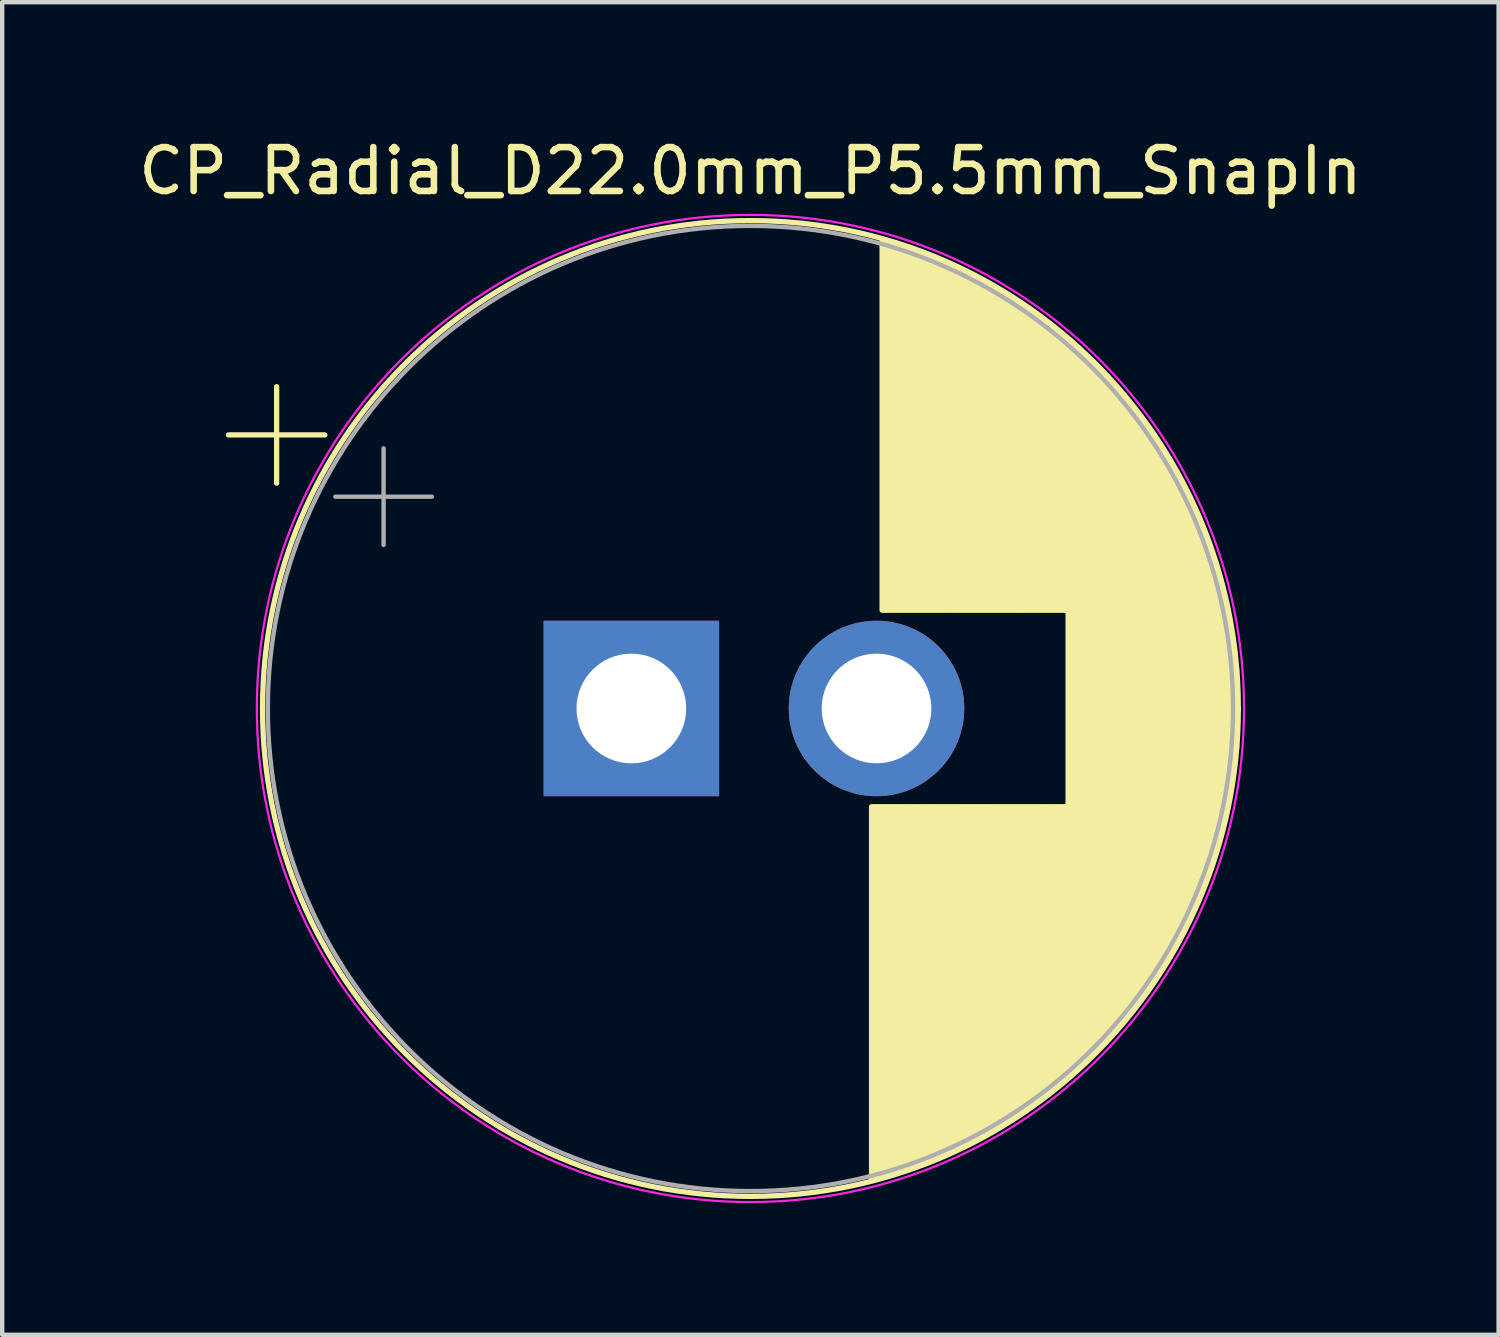
<source format=kicad_pcb>
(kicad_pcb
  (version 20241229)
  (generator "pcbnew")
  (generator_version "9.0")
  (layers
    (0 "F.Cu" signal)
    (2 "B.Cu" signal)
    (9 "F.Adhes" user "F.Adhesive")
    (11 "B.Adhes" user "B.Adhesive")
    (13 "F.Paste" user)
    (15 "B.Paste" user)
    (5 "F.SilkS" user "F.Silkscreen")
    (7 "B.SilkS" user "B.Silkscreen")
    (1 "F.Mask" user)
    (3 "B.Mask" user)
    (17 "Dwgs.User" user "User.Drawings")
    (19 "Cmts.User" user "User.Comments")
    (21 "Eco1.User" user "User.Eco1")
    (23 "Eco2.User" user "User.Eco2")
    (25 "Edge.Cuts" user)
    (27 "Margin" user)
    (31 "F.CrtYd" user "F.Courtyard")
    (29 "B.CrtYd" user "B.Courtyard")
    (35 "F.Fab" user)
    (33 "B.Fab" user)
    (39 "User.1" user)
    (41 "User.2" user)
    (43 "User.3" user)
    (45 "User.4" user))
  (footprint "CP_Radial_D22.0mm_P5.5mm_SnapIn"
    (layer "F.Cu")
    (at 11.467 13.098)
    (property "Reference" "CP_Radial_D22.0mm_P5.5mm_SnapIn" (at 2.587 -12.25 0) (layer "F.SilkS") (effects (font (size 1 1) (thickness 0.15))))
    (attr through_hole)
    (fp_line (start -9.312 -6.235) (end -7.112 -6.235) (stroke (width 0.12) (type solid)) (layer "F.SilkS"))
    (fp_line (start -8.212 -7.335) (end -8.212 -5.135) (stroke (width 0.12) (type solid)) (layer "F.SilkS"))
    (fp_line (start 5.348 2.24) (end 5.348 10.733) (stroke (width 0.12) (type solid)) (layer "F.SilkS"))
    (fp_line (start 5.388 2.24) (end 5.388 10.722) (stroke (width 0.12) (type solid)) (layer "F.SilkS"))
    (fp_line (start 5.428 2.24) (end 5.428 10.712) (stroke (width 0.12) (type solid)) (layer "F.SilkS"))
    (fp_line (start 5.468 2.24) (end 5.468 10.701) (stroke (width 0.12) (type solid)) (layer "F.SilkS"))
    (fp_line (start 5.508 2.24) (end 5.508 10.69) (stroke (width 0.12) (type solid)) (layer "F.SilkS"))
    (fp_line (start 5.548 2.24) (end 5.548 10.679) (stroke (width 0.12) (type solid)) (layer "F.SilkS"))
    (fp_line (start 5.588 -10.668) (end 5.588 -2.24) (stroke (width 0.12) (type solid)) (layer "F.SilkS"))
    (fp_line (start 5.588 2.24) (end 5.588 10.668) (stroke (width 0.12) (type solid)) (layer "F.SilkS"))
    (fp_line (start 5.628 -10.657) (end 5.628 -2.24) (stroke (width 0.12) (type solid)) (layer "F.SilkS"))
    (fp_line (start 5.628 2.24) (end 5.628 10.657) (stroke (width 0.12) (type solid)) (layer "F.SilkS"))
    (fp_line (start 5.668 -10.645) (end 5.668 -2.24) (stroke (width 0.12) (type solid)) (layer "F.SilkS"))
    (fp_line (start 5.668 2.24) (end 5.668 10.645) (stroke (width 0.12) (type solid)) (layer "F.SilkS"))
    (fp_line (start 5.708 -10.634) (end 5.708 -2.24) (stroke (width 0.12) (type solid)) (layer "F.SilkS"))
    (fp_line (start 5.708 2.24) (end 5.708 10.634) (stroke (width 0.12) (type solid)) (layer "F.SilkS"))
    (fp_line (start 5.748 -10.622) (end 5.748 -2.24) (stroke (width 0.12) (type solid)) (layer "F.SilkS"))
    (fp_line (start 5.748 2.24) (end 5.748 10.622) (stroke (width 0.12) (type solid)) (layer "F.SilkS"))
    (fp_line (start 5.788 -10.61) (end 5.788 -2.24) (stroke (width 0.12) (type solid)) (layer "F.SilkS"))
    (fp_line (start 5.788 2.24) (end 5.788 10.61) (stroke (width 0.12) (type solid)) (layer "F.SilkS"))
    (fp_line (start 5.828 -10.598) (end 5.828 -2.24) (stroke (width 0.12) (type solid)) (layer "F.SilkS"))
    (fp_line (start 5.828 2.24) (end 5.828 10.598) (stroke (width 0.12) (type solid)) (layer "F.SilkS"))
    (fp_line (start 5.868 -10.586) (end 5.868 -2.24) (stroke (width 0.12) (type solid)) (layer "F.SilkS"))
    (fp_line (start 5.868 2.24) (end 5.868 10.586) (stroke (width 0.12) (type solid)) (layer "F.SilkS"))
    (fp_line (start 5.908 -10.573) (end 5.908 -2.24) (stroke (width 0.12) (type solid)) (layer "F.SilkS"))
    (fp_line (start 5.908 2.24) (end 5.908 10.573) (stroke (width 0.12) (type solid)) (layer "F.SilkS"))
    (fp_line (start 5.948 -10.561) (end 5.948 -2.24) (stroke (width 0.12) (type solid)) (layer "F.SilkS"))
    (fp_line (start 5.948 2.24) (end 5.948 10.561) (stroke (width 0.12) (type solid)) (layer "F.SilkS"))
    (fp_line (start 5.988 -10.548) (end 5.988 -2.24) (stroke (width 0.12) (type solid)) (layer "F.SilkS"))
    (fp_line (start 5.988 2.24) (end 5.988 10.548) (stroke (width 0.12) (type solid)) (layer "F.SilkS"))
    (fp_line (start 6.028 -10.535) (end 6.028 -2.24) (stroke (width 0.12) (type solid)) (layer "F.SilkS"))
    (fp_line (start 6.028 2.24) (end 6.028 10.535) (stroke (width 0.12) (type solid)) (layer "F.SilkS"))
    (fp_line (start 6.068 -10.522) (end 6.068 -2.24) (stroke (width 0.12) (type solid)) (layer "F.SilkS"))
    (fp_line (start 6.068 2.24) (end 6.068 10.522) (stroke (width 0.12) (type solid)) (layer "F.SilkS"))
    (fp_line (start 6.108 -10.509) (end 6.108 -2.24) (stroke (width 0.12) (type solid)) (layer "F.SilkS"))
    (fp_line (start 6.108 2.24) (end 6.108 10.509) (stroke (width 0.12) (type solid)) (layer "F.SilkS"))
    (fp_line (start 6.148 -10.495) (end 6.148 -2.24) (stroke (width 0.12) (type solid)) (layer "F.SilkS"))
    (fp_line (start 6.148 2.24) (end 6.148 10.495) (stroke (width 0.12) (type solid)) (layer "F.SilkS"))
    (fp_line (start 6.188 -10.482) (end 6.188 -2.24) (stroke (width 0.12) (type solid)) (layer "F.SilkS"))
    (fp_line (start 6.188 2.24) (end 6.188 10.482) (stroke (width 0.12) (type solid)) (layer "F.SilkS"))
    (fp_line (start 6.228 -10.468) (end 6.228 -2.24) (stroke (width 0.12) (type solid)) (layer "F.SilkS"))
    (fp_line (start 6.228 2.24) (end 6.228 10.468) (stroke (width 0.12) (type solid)) (layer "F.SilkS"))
    (fp_line (start 6.268 -10.454) (end 6.268 -2.24) (stroke (width 0.12) (type solid)) (layer "F.SilkS"))
    (fp_line (start 6.268 2.24) (end 6.268 10.454) (stroke (width 0.12) (type solid)) (layer "F.SilkS"))
    (fp_line (start 6.308 -10.44) (end 6.308 -2.24) (stroke (width 0.12) (type solid)) (layer "F.SilkS"))
    (fp_line (start 6.308 2.24) (end 6.308 10.44) (stroke (width 0.12) (type solid)) (layer "F.SilkS"))
    (fp_line (start 6.348 -10.426) (end 6.348 -2.24) (stroke (width 0.12) (type solid)) (layer "F.SilkS"))
    (fp_line (start 6.348 2.24) (end 6.348 10.426) (stroke (width 0.12) (type solid)) (layer "F.SilkS"))
    (fp_line (start 6.388 -10.411) (end 6.388 -2.24) (stroke (width 0.12) (type solid)) (layer "F.SilkS"))
    (fp_line (start 6.388 2.24) (end 6.388 10.411) (stroke (width 0.12) (type solid)) (layer "F.SilkS"))
    (fp_line (start 6.428 -10.396) (end 6.428 -2.24) (stroke (width 0.12) (type solid)) (layer "F.SilkS"))
    (fp_line (start 6.428 2.24) (end 6.428 10.396) (stroke (width 0.12) (type solid)) (layer "F.SilkS"))
    (fp_line (start 6.468 -10.382) (end 6.468 -2.24) (stroke (width 0.12) (type solid)) (layer "F.SilkS"))
    (fp_line (start 6.468 2.24) (end 6.468 10.382) (stroke (width 0.12) (type solid)) (layer "F.SilkS"))
    (fp_line (start 6.508 -10.367) (end 6.508 -2.24) (stroke (width 0.12) (type solid)) (layer "F.SilkS"))
    (fp_line (start 6.508 2.24) (end 6.508 10.367) (stroke (width 0.12) (type solid)) (layer "F.SilkS"))
    (fp_line (start 6.548 -10.351) (end 6.548 -2.24) (stroke (width 0.12) (type solid)) (layer "F.SilkS"))
    (fp_line (start 6.548 2.24) (end 6.548 10.351) (stroke (width 0.12) (type solid)) (layer "F.SilkS"))
    (fp_line (start 6.588 -10.336) (end 6.588 -2.24) (stroke (width 0.12) (type solid)) (layer "F.SilkS"))
    (fp_line (start 6.588 2.24) (end 6.588 10.336) (stroke (width 0.12) (type solid)) (layer "F.SilkS"))
    (fp_line (start 6.628 -10.321) (end 6.628 -2.24) (stroke (width 0.12) (type solid)) (layer "F.SilkS"))
    (fp_line (start 6.628 2.24) (end 6.628 10.321) (stroke (width 0.12) (type solid)) (layer "F.SilkS"))
    (fp_line (start 6.668 -10.305) (end 6.668 -2.24) (stroke (width 0.12) (type solid)) (layer "F.SilkS"))
    (fp_line (start 6.668 2.24) (end 6.668 10.305) (stroke (width 0.12) (type solid)) (layer "F.SilkS"))
    (fp_line (start 6.708 -10.289) (end 6.708 -2.24) (stroke (width 0.12) (type solid)) (layer "F.SilkS"))
    (fp_line (start 6.708 2.24) (end 6.708 10.289) (stroke (width 0.12) (type solid)) (layer "F.SilkS"))
    (fp_line (start 6.748 -10.273) (end 6.748 -2.24) (stroke (width 0.12) (type solid)) (layer "F.SilkS"))
    (fp_line (start 6.748 2.24) (end 6.748 10.273) (stroke (width 0.12) (type solid)) (layer "F.SilkS"))
    (fp_line (start 6.788 -10.257) (end 6.788 -2.24) (stroke (width 0.12) (type solid)) (layer "F.SilkS"))
    (fp_line (start 6.788 2.24) (end 6.788 10.257) (stroke (width 0.12) (type solid)) (layer "F.SilkS"))
    (fp_line (start 6.828 -10.24) (end 6.828 -2.24) (stroke (width 0.12) (type solid)) (layer "F.SilkS"))
    (fp_line (start 6.828 2.24) (end 6.828 10.24) (stroke (width 0.12) (type solid)) (layer "F.SilkS"))
    (fp_line (start 6.868 -10.224) (end 6.868 -2.24) (stroke (width 0.12) (type solid)) (layer "F.SilkS"))
    (fp_line (start 6.868 2.24) (end 6.868 10.224) (stroke (width 0.12) (type solid)) (layer "F.SilkS"))
    (fp_line (start 6.908 -10.207) (end 6.908 -2.24) (stroke (width 0.12) (type solid)) (layer "F.SilkS"))
    (fp_line (start 6.908 2.24) (end 6.908 10.207) (stroke (width 0.12) (type solid)) (layer "F.SilkS"))
    (fp_line (start 6.948 -10.19) (end 6.948 -2.24) (stroke (width 0.12) (type solid)) (layer "F.SilkS"))
    (fp_line (start 6.948 2.24) (end 6.948 10.19) (stroke (width 0.12) (type solid)) (layer "F.SilkS"))
    (fp_line (start 6.988 -10.173) (end 6.988 -2.24) (stroke (width 0.12) (type solid)) (layer "F.SilkS"))
    (fp_line (start 6.988 2.24) (end 6.988 10.173) (stroke (width 0.12) (type solid)) (layer "F.SilkS"))
    (fp_line (start 7.028 -10.156) (end 7.028 -2.24) (stroke (width 0.12) (type solid)) (layer "F.SilkS"))
    (fp_line (start 7.028 2.24) (end 7.028 10.156) (stroke (width 0.12) (type solid)) (layer "F.SilkS"))
    (fp_line (start 7.068 -10.138) (end 7.068 -2.24) (stroke (width 0.12) (type solid)) (layer "F.SilkS"))
    (fp_line (start 7.068 2.24) (end 7.068 10.138) (stroke (width 0.12) (type solid)) (layer "F.SilkS"))
    (fp_line (start 7.108 -10.12) (end 7.108 -2.24) (stroke (width 0.12) (type solid)) (layer "F.SilkS"))
    (fp_line (start 7.108 2.24) (end 7.108 10.12) (stroke (width 0.12) (type solid)) (layer "F.SilkS"))
    (fp_line (start 7.148 -10.103) (end 7.148 -2.24) (stroke (width 0.12) (type solid)) (layer "F.SilkS"))
    (fp_line (start 7.148 2.24) (end 7.148 10.103) (stroke (width 0.12) (type solid)) (layer "F.SilkS"))
    (fp_line (start 7.188 -10.084) (end 7.188 -2.24) (stroke (width 0.12) (type solid)) (layer "F.SilkS"))
    (fp_line (start 7.188 2.24) (end 7.188 10.084) (stroke (width 0.12) (type solid)) (layer "F.SilkS"))
    (fp_line (start 7.228 -10.066) (end 7.228 -2.24) (stroke (width 0.12) (type solid)) (layer "F.SilkS"))
    (fp_line (start 7.228 2.24) (end 7.228 10.066) (stroke (width 0.12) (type solid)) (layer "F.SilkS"))
    (fp_line (start 7.268 -10.048) (end 7.268 -2.24) (stroke (width 0.12) (type solid)) (layer "F.SilkS"))
    (fp_line (start 7.268 2.24) (end 7.268 10.048) (stroke (width 0.12) (type solid)) (layer "F.SilkS"))
    (fp_line (start 7.308 -10.029) (end 7.308 -2.24) (stroke (width 0.12) (type solid)) (layer "F.SilkS"))
    (fp_line (start 7.308 2.24) (end 7.308 10.029) (stroke (width 0.12) (type solid)) (layer "F.SilkS"))
    (fp_line (start 7.348 -10.01) (end 7.348 -2.24) (stroke (width 0.12) (type solid)) (layer "F.SilkS"))
    (fp_line (start 7.348 2.24) (end 7.348 10.01) (stroke (width 0.12) (type solid)) (layer "F.SilkS"))
    (fp_line (start 7.388 -9.991) (end 7.388 -2.24) (stroke (width 0.12) (type solid)) (layer "F.SilkS"))
    (fp_line (start 7.388 2.24) (end 7.388 9.991) (stroke (width 0.12) (type solid)) (layer "F.SilkS"))
    (fp_line (start 7.428 -9.972) (end 7.428 -2.24) (stroke (width 0.12) (type solid)) (layer "F.SilkS"))
    (fp_line (start 7.428 2.24) (end 7.428 9.972) (stroke (width 0.12) (type solid)) (layer "F.SilkS"))
    (fp_line (start 7.468 -9.952) (end 7.468 -2.24) (stroke (width 0.12) (type solid)) (layer "F.SilkS"))
    (fp_line (start 7.468 2.24) (end 7.468 9.952) (stroke (width 0.12) (type solid)) (layer "F.SilkS"))
    (fp_line (start 7.508 -9.933) (end 7.508 -2.24) (stroke (width 0.12) (type solid)) (layer "F.SilkS"))
    (fp_line (start 7.508 2.24) (end 7.508 9.933) (stroke (width 0.12) (type solid)) (layer "F.SilkS"))
    (fp_line (start 7.548 -9.913) (end 7.548 -2.24) (stroke (width 0.12) (type solid)) (layer "F.SilkS"))
    (fp_line (start 7.548 2.24) (end 7.548 9.913) (stroke (width 0.12) (type solid)) (layer "F.SilkS"))
    (fp_line (start 7.588 -9.893) (end 7.588 -2.24) (stroke (width 0.12) (type solid)) (layer "F.SilkS"))
    (fp_line (start 7.588 2.24) (end 7.588 9.893) (stroke (width 0.12) (type solid)) (layer "F.SilkS"))
    (fp_line (start 7.628 -9.873) (end 7.628 -2.24) (stroke (width 0.12) (type solid)) (layer "F.SilkS"))
    (fp_line (start 7.628 2.24) (end 7.628 9.873) (stroke (width 0.12) (type solid)) (layer "F.SilkS"))
    (fp_line (start 7.668 -9.852) (end 7.668 -2.24) (stroke (width 0.12) (type solid)) (layer "F.SilkS"))
    (fp_line (start 7.668 2.24) (end 7.668 9.852) (stroke (width 0.12) (type solid)) (layer "F.SilkS"))
    (fp_line (start 7.708 -9.832) (end 7.708 -2.24) (stroke (width 0.12) (type solid)) (layer "F.SilkS"))
    (fp_line (start 7.708 2.24) (end 7.708 9.832) (stroke (width 0.12) (type solid)) (layer "F.SilkS"))
    (fp_line (start 7.748 -9.811) (end 7.748 -2.24) (stroke (width 0.12) (type solid)) (layer "F.SilkS"))
    (fp_line (start 7.748 2.24) (end 7.748 9.811) (stroke (width 0.12) (type solid)) (layer "F.SilkS"))
    (fp_line (start 7.788 -9.79) (end 7.788 -2.24) (stroke (width 0.12) (type solid)) (layer "F.SilkS"))
    (fp_line (start 7.788 2.24) (end 7.788 9.79) (stroke (width 0.12) (type solid)) (layer "F.SilkS"))
    (fp_line (start 7.828 -9.768) (end 7.828 -2.24) (stroke (width 0.12) (type solid)) (layer "F.SilkS"))
    (fp_line (start 7.828 2.24) (end 7.828 9.768) (stroke (width 0.12) (type solid)) (layer "F.SilkS"))
    (fp_line (start 7.868 -9.747) (end 7.868 -2.24) (stroke (width 0.12) (type solid)) (layer "F.SilkS"))
    (fp_line (start 7.868 2.24) (end 7.868 9.747) (stroke (width 0.12) (type solid)) (layer "F.SilkS"))
    (fp_line (start 7.908 -9.725) (end 7.908 -2.24) (stroke (width 0.12) (type solid)) (layer "F.SilkS"))
    (fp_line (start 7.908 2.24) (end 7.908 9.725) (stroke (width 0.12) (type solid)) (layer "F.SilkS"))
    (fp_line (start 7.948 -9.703) (end 7.948 -2.24) (stroke (width 0.12) (type solid)) (layer "F.SilkS"))
    (fp_line (start 7.948 2.24) (end 7.948 9.703) (stroke (width 0.12) (type solid)) (layer "F.SilkS"))
    (fp_line (start 7.988 -9.681) (end 7.988 -2.24) (stroke (width 0.12) (type solid)) (layer "F.SilkS"))
    (fp_line (start 7.988 2.24) (end 7.988 9.681) (stroke (width 0.12) (type solid)) (layer "F.SilkS"))
    (fp_line (start 8.028 -9.659) (end 8.028 -2.24) (stroke (width 0.12) (type solid)) (layer "F.SilkS"))
    (fp_line (start 8.028 2.24) (end 8.028 9.659) (stroke (width 0.12) (type solid)) (layer "F.SilkS"))
    (fp_line (start 8.068 -9.636) (end 8.068 -2.24) (stroke (width 0.12) (type solid)) (layer "F.SilkS"))
    (fp_line (start 8.068 2.24) (end 8.068 9.636) (stroke (width 0.12) (type solid)) (layer "F.SilkS"))
    (fp_line (start 8.108 -9.614) (end 8.108 -2.24) (stroke (width 0.12) (type solid)) (layer "F.SilkS"))
    (fp_line (start 8.108 2.24) (end 8.108 9.614) (stroke (width 0.12) (type solid)) (layer "F.SilkS"))
    (fp_line (start 8.148 -9.591) (end 8.148 -2.24) (stroke (width 0.12) (type solid)) (layer "F.SilkS"))
    (fp_line (start 8.148 2.24) (end 8.148 9.591) (stroke (width 0.12) (type solid)) (layer "F.SilkS"))
    (fp_line (start 8.188 -9.567) (end 8.188 -2.24) (stroke (width 0.12) (type solid)) (layer "F.SilkS"))
    (fp_line (start 8.188 2.24) (end 8.188 9.567) (stroke (width 0.12) (type solid)) (layer "F.SilkS"))
    (fp_line (start 8.228 -9.544) (end 8.228 -2.24) (stroke (width 0.12) (type solid)) (layer "F.SilkS"))
    (fp_line (start 8.228 2.24) (end 8.228 9.544) (stroke (width 0.12) (type solid)) (layer "F.SilkS"))
    (fp_line (start 8.268 -9.52) (end 8.268 -2.24) (stroke (width 0.12) (type solid)) (layer "F.SilkS"))
    (fp_line (start 8.268 2.24) (end 8.268 9.52) (stroke (width 0.12) (type solid)) (layer "F.SilkS"))
    (fp_line (start 8.308 -9.497) (end 8.308 -2.24) (stroke (width 0.12) (type solid)) (layer "F.SilkS"))
    (fp_line (start 8.308 2.24) (end 8.308 9.497) (stroke (width 0.12) (type solid)) (layer "F.SilkS"))
    (fp_line (start 8.348 -9.472) (end 8.348 -2.24) (stroke (width 0.12) (type solid)) (layer "F.SilkS"))
    (fp_line (start 8.348 2.24) (end 8.348 9.472) (stroke (width 0.12) (type solid)) (layer "F.SilkS"))
    (fp_line (start 8.388 -9.448) (end 8.388 -2.24) (stroke (width 0.12) (type solid)) (layer "F.SilkS"))
    (fp_line (start 8.388 2.24) (end 8.388 9.448) (stroke (width 0.12) (type solid)) (layer "F.SilkS"))
    (fp_line (start 8.428 -9.424) (end 8.428 -2.24) (stroke (width 0.12) (type solid)) (layer "F.SilkS"))
    (fp_line (start 8.428 2.24) (end 8.428 9.424) (stroke (width 0.12) (type solid)) (layer "F.SilkS"))
    (fp_line (start 8.468 -9.399) (end 8.468 -2.24) (stroke (width 0.12) (type solid)) (layer "F.SilkS"))
    (fp_line (start 8.468 2.24) (end 8.468 9.399) (stroke (width 0.12) (type solid)) (layer "F.SilkS"))
    (fp_line (start 8.508 -9.374) (end 8.508 -2.24) (stroke (width 0.12) (type solid)) (layer "F.SilkS"))
    (fp_line (start 8.508 2.24) (end 8.508 9.374) (stroke (width 0.12) (type solid)) (layer "F.SilkS"))
    (fp_line (start 8.548 -9.348) (end 8.548 -2.24) (stroke (width 0.12) (type solid)) (layer "F.SilkS"))
    (fp_line (start 8.548 2.24) (end 8.548 9.348) (stroke (width 0.12) (type solid)) (layer "F.SilkS"))
    (fp_line (start 8.588 -9.323) (end 8.588 -2.24) (stroke (width 0.12) (type solid)) (layer "F.SilkS"))
    (fp_line (start 8.588 2.24) (end 8.588 9.323) (stroke (width 0.12) (type solid)) (layer "F.SilkS"))
    (fp_line (start 8.628 -9.297) (end 8.628 -2.24) (stroke (width 0.12) (type solid)) (layer "F.SilkS"))
    (fp_line (start 8.628 2.24) (end 8.628 9.297) (stroke (width 0.12) (type solid)) (layer "F.SilkS"))
    (fp_line (start 8.668 -9.271) (end 8.668 -2.24) (stroke (width 0.12) (type solid)) (layer "F.SilkS"))
    (fp_line (start 8.668 2.24) (end 8.668 9.271) (stroke (width 0.12) (type solid)) (layer "F.SilkS"))
    (fp_line (start 8.708 -9.245) (end 8.708 -2.24) (stroke (width 0.12) (type solid)) (layer "F.SilkS"))
    (fp_line (start 8.708 2.24) (end 8.708 9.245) (stroke (width 0.12) (type solid)) (layer "F.SilkS"))
    (fp_line (start 8.748 -9.218) (end 8.748 -2.24) (stroke (width 0.12) (type solid)) (layer "F.SilkS"))
    (fp_line (start 8.748 2.24) (end 8.748 9.218) (stroke (width 0.12) (type solid)) (layer "F.SilkS"))
    (fp_line (start 8.788 -9.192) (end 8.788 -2.24) (stroke (width 0.12) (type solid)) (layer "F.SilkS"))
    (fp_line (start 8.788 2.24) (end 8.788 9.192) (stroke (width 0.12) (type solid)) (layer "F.SilkS"))
    (fp_line (start 8.828 -9.165) (end 8.828 -2.24) (stroke (width 0.12) (type solid)) (layer "F.SilkS"))
    (fp_line (start 8.828 2.24) (end 8.828 9.165) (stroke (width 0.12) (type solid)) (layer "F.SilkS"))
    (fp_line (start 8.868 -9.137) (end 8.868 -2.24) (stroke (width 0.12) (type solid)) (layer "F.SilkS"))
    (fp_line (start 8.868 2.24) (end 8.868 9.137) (stroke (width 0.12) (type solid)) (layer "F.SilkS"))
    (fp_line (start 8.908 -9.11) (end 8.908 -2.24) (stroke (width 0.12) (type solid)) (layer "F.SilkS"))
    (fp_line (start 8.908 2.24) (end 8.908 9.11) (stroke (width 0.12) (type solid)) (layer "F.SilkS"))
    (fp_line (start 8.948 -9.082) (end 8.948 -2.24) (stroke (width 0.12) (type solid)) (layer "F.SilkS"))
    (fp_line (start 8.948 2.24) (end 8.948 9.082) (stroke (width 0.12) (type solid)) (layer "F.SilkS"))
    (fp_line (start 8.988 -9.054) (end 8.988 -2.24) (stroke (width 0.12) (type solid)) (layer "F.SilkS"))
    (fp_line (start 8.988 2.24) (end 8.988 9.054) (stroke (width 0.12) (type solid)) (layer "F.SilkS"))
    (fp_line (start 9.028 -9.026) (end 9.028 -2.24) (stroke (width 0.12) (type solid)) (layer "F.SilkS"))
    (fp_line (start 9.028 2.24) (end 9.028 9.026) (stroke (width 0.12) (type solid)) (layer "F.SilkS"))
    (fp_line (start 9.068 -8.997) (end 9.068 -2.24) (stroke (width 0.12) (type solid)) (layer "F.SilkS"))
    (fp_line (start 9.068 2.24) (end 9.068 8.997) (stroke (width 0.12) (type solid)) (layer "F.SilkS"))
    (fp_line (start 9.108 -8.968) (end 9.108 -2.24) (stroke (width 0.12) (type solid)) (layer "F.SilkS"))
    (fp_line (start 9.108 2.24) (end 9.108 8.968) (stroke (width 0.12) (type solid)) (layer "F.SilkS"))
    (fp_line (start 9.148 -8.939) (end 9.148 -2.24) (stroke (width 0.12) (type solid)) (layer "F.SilkS"))
    (fp_line (start 9.148 2.24) (end 9.148 8.939) (stroke (width 0.12) (type solid)) (layer "F.SilkS"))
    (fp_line (start 9.188 -8.91) (end 9.188 -2.24) (stroke (width 0.12) (type solid)) (layer "F.SilkS"))
    (fp_line (start 9.188 2.24) (end 9.188 8.91) (stroke (width 0.12) (type solid)) (layer "F.SilkS"))
    (fp_line (start 9.228 -8.88) (end 9.228 -2.24) (stroke (width 0.12) (type solid)) (layer "F.SilkS"))
    (fp_line (start 9.228 2.24) (end 9.228 8.88) (stroke (width 0.12) (type solid)) (layer "F.SilkS"))
    (fp_line (start 9.268 -8.85) (end 9.268 -2.24) (stroke (width 0.12) (type solid)) (layer "F.SilkS"))
    (fp_line (start 9.268 2.24) (end 9.268 8.85) (stroke (width 0.12) (type solid)) (layer "F.SilkS"))
    (fp_line (start 9.308 -8.82) (end 9.308 -2.24) (stroke (width 0.12) (type solid)) (layer "F.SilkS"))
    (fp_line (start 9.308 2.24) (end 9.308 8.82) (stroke (width 0.12) (type solid)) (layer "F.SilkS"))
    (fp_line (start 9.348 -8.79) (end 9.348 -2.24) (stroke (width 0.12) (type solid)) (layer "F.SilkS"))
    (fp_line (start 9.348 2.24) (end 9.348 8.79) (stroke (width 0.12) (type solid)) (layer "F.SilkS"))
    (fp_line (start 9.388 -8.759) (end 9.388 -2.24) (stroke (width 0.12) (type solid)) (layer "F.SilkS"))
    (fp_line (start 9.388 2.24) (end 9.388 8.759) (stroke (width 0.12) (type solid)) (layer "F.SilkS"))
    (fp_line (start 9.428 -8.728) (end 9.428 -2.24) (stroke (width 0.12) (type solid)) (layer "F.SilkS"))
    (fp_line (start 9.428 2.24) (end 9.428 8.728) (stroke (width 0.12) (type solid)) (layer "F.SilkS"))
    (fp_line (start 9.468 -8.697) (end 9.468 -2.24) (stroke (width 0.12) (type solid)) (layer "F.SilkS"))
    (fp_line (start 9.468 2.24) (end 9.468 8.697) (stroke (width 0.12) (type solid)) (layer "F.SilkS"))
    (fp_line (start 9.508 -8.665) (end 9.508 -2.24) (stroke (width 0.12) (type solid)) (layer "F.SilkS"))
    (fp_line (start 9.508 2.24) (end 9.508 8.665) (stroke (width 0.12) (type solid)) (layer "F.SilkS"))
    (fp_line (start 9.548 -8.633) (end 9.548 -2.24) (stroke (width 0.12) (type solid)) (layer "F.SilkS"))
    (fp_line (start 9.548 2.24) (end 9.548 8.633) (stroke (width 0.12) (type solid)) (layer "F.SilkS"))
    (fp_line (start 9.588 -8.601) (end 9.588 -2.24) (stroke (width 0.12) (type solid)) (layer "F.SilkS"))
    (fp_line (start 9.588 2.24) (end 9.588 8.601) (stroke (width 0.12) (type solid)) (layer "F.SilkS"))
    (fp_line (start 9.628 -8.568) (end 9.628 -2.24) (stroke (width 0.12) (type solid)) (layer "F.SilkS"))
    (fp_line (start 9.628 2.24) (end 9.628 8.568) (stroke (width 0.12) (type solid)) (layer "F.SilkS"))
    (fp_line (start 9.668 -8.535) (end 9.668 -2.24) (stroke (width 0.12) (type solid)) (layer "F.SilkS"))
    (fp_line (start 9.668 2.24) (end 9.668 8.535) (stroke (width 0.12) (type solid)) (layer "F.SilkS"))
    (fp_line (start 9.708 -8.502) (end 9.708 -2.24) (stroke (width 0.12) (type solid)) (layer "F.SilkS"))
    (fp_line (start 9.708 2.24) (end 9.708 8.502) (stroke (width 0.12) (type solid)) (layer "F.SilkS"))
    (fp_line (start 9.748 -8.469) (end 9.748 -2.24) (stroke (width 0.12) (type solid)) (layer "F.SilkS"))
    (fp_line (start 9.748 2.24) (end 9.748 8.469) (stroke (width 0.12) (type solid)) (layer "F.SilkS"))
    (fp_line (start 9.788 -8.435) (end 9.788 -2.24) (stroke (width 0.12) (type solid)) (layer "F.SilkS"))
    (fp_line (start 9.788 2.24) (end 9.788 8.435) (stroke (width 0.12) (type solid)) (layer "F.SilkS"))
    (fp_line (start 9.828 -8.401) (end 9.828 8.401) (stroke (width 0.12) (type solid)) (layer "F.SilkS"))
    (fp_line (start 9.868 -8.366) (end 9.868 8.366) (stroke (width 0.12) (type solid)) (layer "F.SilkS"))
    (fp_line (start 9.908 -8.331) (end 9.908 8.331) (stroke (width 0.12) (type solid)) (layer "F.SilkS"))
    (fp_line (start 9.948 -8.296) (end 9.948 8.296) (stroke (width 0.12) (type solid)) (layer "F.SilkS"))
    (fp_line (start 9.988 -8.261) (end 9.988 8.261) (stroke (width 0.12) (type solid)) (layer "F.SilkS"))
    (fp_line (start 10.028 -8.225) (end 10.028 8.225) (stroke (width 0.12) (type solid)) (layer "F.SilkS"))
    (fp_line (start 10.068 -8.189) (end 10.068 8.189) (stroke (width 0.12) (type solid)) (layer "F.SilkS"))
    (fp_line (start 10.108 -8.152) (end 10.108 8.152) (stroke (width 0.12) (type solid)) (layer "F.SilkS"))
    (fp_line (start 10.148 -8.115) (end 10.148 8.115) (stroke (width 0.12) (type solid)) (layer "F.SilkS"))
    (fp_line (start 10.188 -8.078) (end 10.188 8.078) (stroke (width 0.12) (type solid)) (layer "F.SilkS"))
    (fp_line (start 10.228 -8.04) (end 10.228 8.04) (stroke (width 0.12) (type solid)) (layer "F.SilkS"))
    (fp_line (start 10.268 -8.002) (end 10.268 8.002) (stroke (width 0.12) (type solid)) (layer "F.SilkS"))
    (fp_line (start 10.308 -7.964) (end 10.308 7.964) (stroke (width 0.12) (type solid)) (layer "F.SilkS"))
    (fp_line (start 10.348 -7.925) (end 10.348 7.925) (stroke (width 0.12) (type solid)) (layer "F.SilkS"))
    (fp_line (start 10.388 -7.886) (end 10.388 7.886) (stroke (width 0.12) (type solid)) (layer "F.SilkS"))
    (fp_line (start 10.428 -7.846) (end 10.428 7.846) (stroke (width 0.12) (type solid)) (layer "F.SilkS"))
    (fp_line (start 10.468 -7.807) (end 10.468 7.807) (stroke (width 0.12) (type solid)) (layer "F.SilkS"))
    (fp_line (start 10.508 -7.766) (end 10.508 7.766) (stroke (width 0.12) (type solid)) (layer "F.SilkS"))
    (fp_line (start 10.548 -7.725) (end 10.548 7.725) (stroke (width 0.12) (type solid)) (layer "F.SilkS"))
    (fp_line (start 10.588 -7.684) (end 10.588 7.684) (stroke (width 0.12) (type solid)) (layer "F.SilkS"))
    (fp_line (start 10.628 -7.642) (end 10.628 7.642) (stroke (width 0.12) (type solid)) (layer "F.SilkS"))
    (fp_line (start 10.668 -7.6) (end 10.668 7.6) (stroke (width 0.12) (type solid)) (layer "F.SilkS"))
    (fp_line (start 10.708 -7.558) (end 10.708 7.558) (stroke (width 0.12) (type solid)) (layer "F.SilkS"))
    (fp_line (start 10.748 -7.515) (end 10.748 7.515) (stroke (width 0.12) (type solid)) (layer "F.SilkS"))
    (fp_line (start 10.787 -7.471) (end 10.787 7.471) (stroke (width 0.12) (type solid)) (layer "F.SilkS"))
    (fp_line (start 10.827 -7.428) (end 10.827 7.428) (stroke (width 0.12) (type solid)) (layer "F.SilkS"))
    (fp_line (start 10.867 -7.383) (end 10.867 7.383) (stroke (width 0.12) (type solid)) (layer "F.SilkS"))
    (fp_line (start 10.907 -7.338) (end 10.907 7.338) (stroke (width 0.12) (type solid)) (layer "F.SilkS"))
    (fp_line (start 10.947 -7.293) (end 10.947 7.293) (stroke (width 0.12) (type solid)) (layer "F.SilkS"))
    (fp_line (start 10.987 -7.247) (end 10.987 7.247) (stroke (width 0.12) (type solid)) (layer "F.SilkS"))
    (fp_line (start 11.027 -7.201) (end 11.027 7.201) (stroke (width 0.12) (type solid)) (layer "F.SilkS"))
    (fp_line (start 11.067 -7.154) (end 11.067 7.154) (stroke (width 0.12) (type solid)) (layer "F.SilkS"))
    (fp_line (start 11.107 -7.106) (end 11.107 7.106) (stroke (width 0.12) (type solid)) (layer "F.SilkS"))
    (fp_line (start 11.147 -7.058) (end 11.147 7.058) (stroke (width 0.12) (type solid)) (layer "F.SilkS"))
    (fp_line (start 11.187 -7.01) (end 11.187 7.01) (stroke (width 0.12) (type solid)) (layer "F.SilkS"))
    (fp_line (start 11.227 -6.961) (end 11.227 6.961) (stroke (width 0.12) (type solid)) (layer "F.SilkS"))
    (fp_line (start 11.267 -6.911) (end 11.267 6.911) (stroke (width 0.12) (type solid)) (layer "F.SilkS"))
    (fp_line (start 11.307 -6.861) (end 11.307 6.861) (stroke (width 0.12) (type solid)) (layer "F.SilkS"))
    (fp_line (start 11.347 -6.81) (end 11.347 6.81) (stroke (width 0.12) (type solid)) (layer "F.SilkS"))
    (fp_line (start 11.387 -6.759) (end 11.387 6.759) (stroke (width 0.12) (type solid)) (layer "F.SilkS"))
    (fp_line (start 11.427 -6.707) (end 11.427 6.707) (stroke (width 0.12) (type solid)) (layer "F.SilkS"))
    (fp_line (start 11.467 -6.654) (end 11.467 6.654) (stroke (width 0.12) (type solid)) (layer "F.SilkS"))
    (fp_line (start 11.507 -6.6) (end 11.507 6.6) (stroke (width 0.12) (type solid)) (layer "F.SilkS"))
    (fp_line (start 11.547 -6.546) (end 11.547 6.546) (stroke (width 0.12) (type solid)) (layer "F.SilkS"))
    (fp_line (start 11.587 -6.492) (end 11.587 6.492) (stroke (width 0.12) (type solid)) (layer "F.SilkS"))
    (fp_line (start 11.627 -6.436) (end 11.627 6.436) (stroke (width 0.12) (type solid)) (layer "F.SilkS"))
    (fp_line (start 11.667 -6.38) (end 11.667 6.38) (stroke (width 0.12) (type solid)) (layer "F.SilkS"))
    (fp_line (start 11.707 -6.323) (end 11.707 6.323) (stroke (width 0.12) (type solid)) (layer "F.SilkS"))
    (fp_line (start 11.747 -6.265) (end 11.747 6.265) (stroke (width 0.12) (type solid)) (layer "F.SilkS"))
    (fp_line (start 11.787 -6.207) (end 11.787 6.207) (stroke (width 0.12) (type solid)) (layer "F.SilkS"))
    (fp_line (start 11.827 -6.147) (end 11.827 6.147) (stroke (width 0.12) (type solid)) (layer "F.SilkS"))
    (fp_line (start 11.867 -6.087) (end 11.867 6.087) (stroke (width 0.12) (type solid)) (layer "F.SilkS"))
    (fp_line (start 11.907 -6.026) (end 11.907 6.026) (stroke (width 0.12) (type solid)) (layer "F.SilkS"))
    (fp_line (start 11.947 -5.964) (end 11.947 5.964) (stroke (width 0.12) (type solid)) (layer "F.SilkS"))
    (fp_line (start 11.987 -5.901) (end 11.987 5.901) (stroke (width 0.12) (type solid)) (layer "F.SilkS"))
    (fp_line (start 12.027 -5.838) (end 12.027 5.838) (stroke (width 0.12) (type solid)) (layer "F.SilkS"))
    (fp_line (start 12.067 -5.773) (end 12.067 5.773) (stroke (width 0.12) (type solid)) (layer "F.SilkS"))
    (fp_line (start 12.107 -5.707) (end 12.107 5.707) (stroke (width 0.12) (type solid)) (layer "F.SilkS"))
    (fp_line (start 12.147 -5.64) (end 12.147 5.64) (stroke (width 0.12) (type solid)) (layer "F.SilkS"))
    (fp_line (start 12.187 -5.572) (end 12.187 5.572) (stroke (width 0.12) (type solid)) (layer "F.SilkS"))
    (fp_line (start 12.227 -5.503) (end 12.227 5.503) (stroke (width 0.12) (type solid)) (layer "F.SilkS"))
    (fp_line (start 12.267 -5.433) (end 12.267 5.433) (stroke (width 0.12) (type solid)) (layer "F.SilkS"))
    (fp_line (start 12.307 -5.362) (end 12.307 5.362) (stroke (width 0.12) (type solid)) (layer "F.SilkS"))
    (fp_line (start 12.347 -5.289) (end 12.347 5.289) (stroke (width 0.12) (type solid)) (layer "F.SilkS"))
    (fp_line (start 12.387 -5.215) (end 12.387 5.215) (stroke (width 0.12) (type solid)) (layer "F.SilkS"))
    (fp_line (start 12.427 -5.14) (end 12.427 5.14) (stroke (width 0.12) (type solid)) (layer "F.SilkS"))
    (fp_line (start 12.467 -5.063) (end 12.467 5.063) (stroke (width 0.12) (type solid)) (layer "F.SilkS"))
    (fp_line (start 12.507 -4.985) (end 12.507 4.985) (stroke (width 0.12) (type solid)) (layer "F.SilkS"))
    (fp_line (start 12.547 -4.905) (end 12.547 4.905) (stroke (width 0.12) (type solid)) (layer "F.SilkS"))
    (fp_line (start 12.587 -4.824) (end 12.587 4.824) (stroke (width 0.12) (type solid)) (layer "F.SilkS"))
    (fp_line (start 12.627 -4.741) (end 12.627 4.741) (stroke (width 0.12) (type solid)) (layer "F.SilkS"))
    (fp_line (start 12.667 -4.656) (end 12.667 4.656) (stroke (width 0.12) (type solid)) (layer "F.SilkS"))
    (fp_line (start 12.707 -4.569) (end 12.707 4.569) (stroke (width 0.12) (type solid)) (layer "F.SilkS"))
    (fp_line (start 12.747 -4.48) (end 12.747 4.48) (stroke (width 0.12) (type solid)) (layer "F.SilkS"))
    (fp_line (start 12.787 -4.389) (end 12.787 4.389) (stroke (width 0.12) (type solid)) (layer "F.SilkS"))
    (fp_line (start 12.827 -4.296) (end 12.827 4.296) (stroke (width 0.12) (type solid)) (layer "F.SilkS"))
    (fp_line (start 12.867 -4.2) (end 12.867 4.2) (stroke (width 0.12) (type solid)) (layer "F.SilkS"))
    (fp_line (start 12.907 -4.102) (end 12.907 4.102) (stroke (width 0.12) (type solid)) (layer "F.SilkS"))
    (fp_line (start 12.947 -4.001) (end 12.947 4.001) (stroke (width 0.12) (type solid)) (layer "F.SilkS"))
    (fp_line (start 12.987 -3.897) (end 12.987 3.897) (stroke (width 0.12) (type solid)) (layer "F.SilkS"))
    (fp_line (start 13.027 -3.789) (end 13.027 3.789) (stroke (width 0.12) (type solid)) (layer "F.SilkS"))
    (fp_line (start 13.067 -3.679) (end 13.067 3.679) (stroke (width 0.12) (type solid)) (layer "F.SilkS"))
    (fp_line (start 13.107 -3.564) (end 13.107 3.564) (stroke (width 0.12) (type solid)) (layer "F.SilkS"))
    (fp_line (start 13.147 -3.445) (end 13.147 3.445) (stroke (width 0.12) (type solid)) (layer "F.SilkS"))
    (fp_line (start 13.187 -3.321) (end 13.187 3.321) (stroke (width 0.12) (type solid)) (layer "F.SilkS"))
    (fp_line (start 13.227 -3.192) (end 13.227 3.192) (stroke (width 0.12) (type solid)) (layer "F.SilkS"))
    (fp_line (start 13.267 -3.058) (end 13.267 3.058) (stroke (width 0.12) (type solid)) (layer "F.SilkS"))
    (fp_line (start 13.307 -2.916) (end 13.307 2.916) (stroke (width 0.12) (type solid)) (layer "F.SilkS"))
    (fp_line (start 13.347 -2.767) (end 13.347 2.767) (stroke (width 0.12) (type solid)) (layer "F.SilkS"))
    (fp_line (start 13.387 -2.609) (end 13.387 2.609) (stroke (width 0.12) (type solid)) (layer "F.SilkS"))
    (fp_line (start 13.427 -2.44) (end 13.427 2.44) (stroke (width 0.12) (type solid)) (layer "F.SilkS"))
    (fp_line (start 13.467 -2.258) (end 13.467 2.258) (stroke (width 0.12) (type solid)) (layer "F.SilkS"))
    (fp_line (start 13.507 -2.06) (end 13.507 2.06) (stroke (width 0.12) (type solid)) (layer "F.SilkS"))
    (fp_line (start 13.547 -1.84) (end 13.547 1.84) (stroke (width 0.12) (type solid)) (layer "F.SilkS"))
    (fp_line (start 13.587 -1.59) (end 13.587 1.59) (stroke (width 0.12) (type solid)) (layer "F.SilkS"))
    (fp_line (start 13.627 -1.292) (end 13.627 1.292) (stroke (width 0.12) (type solid)) (layer "F.SilkS"))
    (fp_line (start 13.667 -0.903) (end 13.667 0.903) (stroke (width 0.12) (type solid)) (layer "F.SilkS"))
    (fp_line (start 13.707 -0.04) (end 13.707 0.04) (stroke (width 0.12) (type solid)) (layer "F.SilkS"))
    (fp_circle (center 2.587 0) (end 13.707 0) (stroke (width 0.12) (type solid)) (fill no) (layer "F.SilkS"))
    (fp_circle (center 2.587 0) (end 13.837 0) (stroke (width 0.05) (type solid)) (fill no) (layer "F.CrtYd"))
    (fp_line (start -6.874 -4.827) (end -4.674 -4.827) (stroke (width 0.1) (type solid)) (layer "F.Fab"))
    (fp_line (start -5.774 -5.928) (end -5.774 -3.728) (stroke (width 0.1) (type solid)) (layer "F.Fab"))
    (fp_circle (center 2.587 0) (end 13.587 0) (stroke (width 0.1) (type solid)) (fill no) (layer "F.Fab"))
    (pad "1" thru_hole rect (at -0.127 0) (size 4 4) (drill 2.5) (layers "*.Cu" "*.Mask"))
    (pad "2" thru_hole circle (at 5.461 0) (size 4 4) (drill 2.5) (layers "*.Cu" "*.Mask")))
  (gr_rect
    (start -3 -3)
    (end 31.107 27.373)
    (stroke (width 0.1) (type default))
    (fill no)
    (layer "Edge.Cuts")))
</source>
